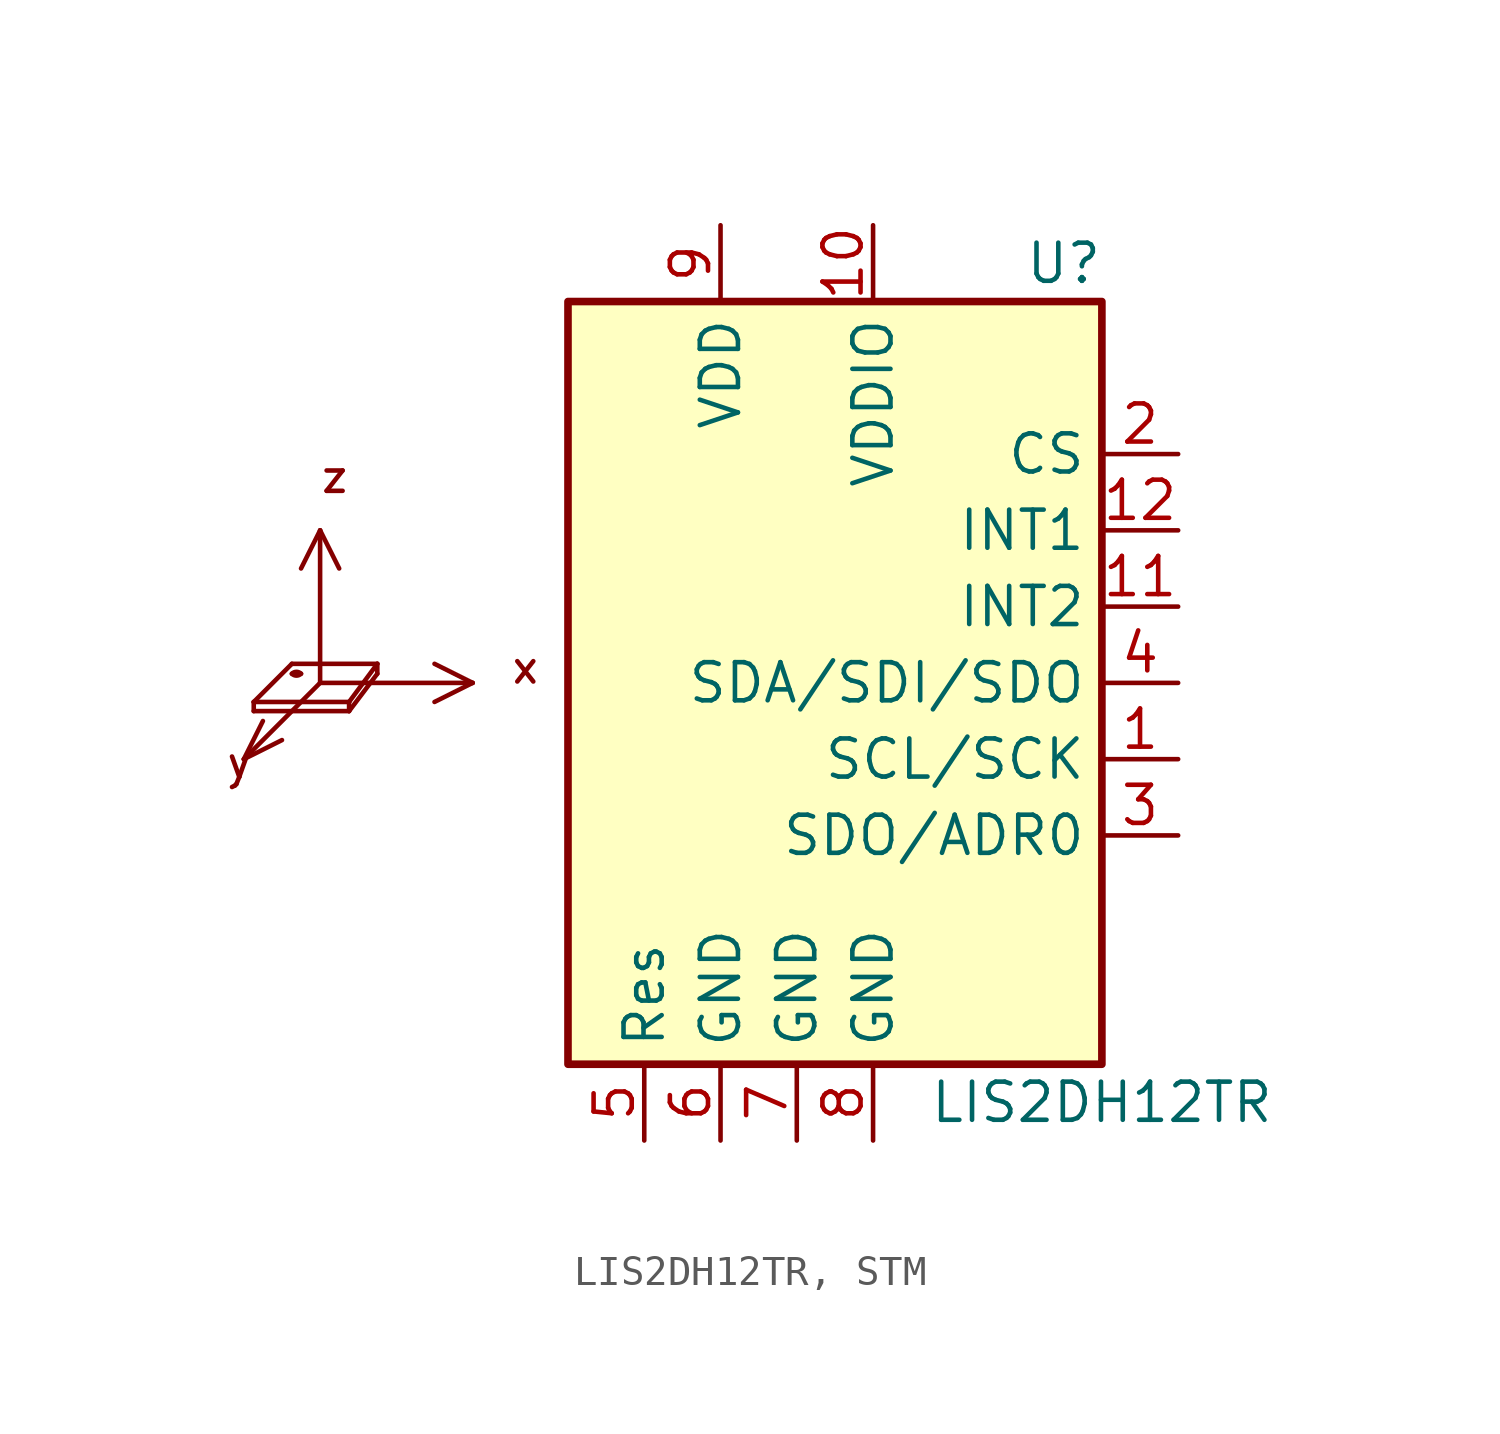
<source format=kicad_sym>
(kicad_symbol_lib
  (version 20241209)
  (generator "kicad_symbol_editor")
  (generator_version "9.0")
  (symbol "LIS2DH12TR, STM"
    (property "Reference" "U"
      (at 6.35 13.97 0)
      (effects (font (size 1.27 1.27))))
    (property "Value" "LIS2DH12TR"
      (at 7.62 -13.97 0)
      (effects (font (size 1.27 1.27))))
    (symbol "LIS2DH12TR, STM_0_1"
      (rectangle (start -10.16 12.7) (end 7.62 -12.7) (stroke (width 0.254) (type default)) (fill (type background))))
    (symbol "LIS2DH12TR, STM_1_0"
      (polyline (pts (xy -20.955 -2.54) (xy -20.32 -1.27)) (stroke (width 0) (type default)) (fill (type none)))
      (polyline (pts (xy -20.955 -2.54) (xy -19.685 -1.905)) (stroke (width 0) (type default)) (fill (type none)))
      (polyline (pts (xy -20.625 -0.635) (xy -19.355 0.635)) (stroke (width 0) (type default)) (fill (type none)))
      (polyline (pts (xy -20.625 -0.94) (xy -20.625 -0.635)) (stroke (width 0) (type default)) (fill (type none)))
      (polyline (pts (xy -19.355 0.635) (xy -16.51 0.635)) (stroke (width 0) (type default)) (fill (type none)))
      (polyline (pts (xy -18.415 5.08) (xy -19.05 3.81)) (stroke (width 0) (type default)) (fill (type none)))
      (polyline (pts (xy -18.415 5.08) (xy -18.415 0)) (stroke (width 0) (type default)) (fill (type none)))
      (polyline (pts (xy -18.415 5.08) (xy -17.78 3.81)) (stroke (width 0) (type default)) (fill (type none)))
      (polyline (pts (xy -18.415 0) (xy -20.955 -2.54)) (stroke (width 0) (type default)) (fill (type none)))
      (polyline (pts (xy -18.415 0) (xy -13.335 0)) (stroke (width 0) (type default)) (fill (type none)))
      (polyline (pts (xy -17.45 -0.635) (xy -20.625 -0.635)) (stroke (width 0) (type default)) (fill (type none)))
      (polyline (pts (xy -17.45 -0.635) (xy -17.45 -0.94)) (stroke (width 0) (type default)) (fill (type none)))
      (polyline (pts (xy -17.45 -0.94) (xy -20.625 -0.94)) (stroke (width 0) (type default)) (fill (type none)))
      (polyline (pts (xy -17.45 -0.94) (xy -16.51 0.305)) (stroke (width 0) (type default)) (fill (type none)))
      (polyline (pts (xy -16.51 0.635) (xy -17.45 -0.635)) (stroke (width 0) (type default)) (fill (type none)))
      (polyline (pts (xy -16.51 0.305) (xy -16.51 0.635)) (stroke (width 0) (type default)) (fill (type none)))
      (polyline (pts (xy -13.335 0) (xy -14.605 0.635)) (stroke (width 0) (type default)) (fill (type none)))
      (polyline (pts (xy -13.335 0) (xy -14.605 -0.635)) (stroke (width 0) (type default)) (fill (type none)))
      (text "y" (at -21.107 -2.667 0) (effects (font (size 1.016 1.016))))
      (text "z" (at -17.932 6.858 0) (effects (font (size 1.016 1.016))))
      (text "x" (at -11.582 0.508 0) (effects (font (size 1.016 1.016)))))
    (symbol "LIS2DH12TR, STM_1_1"
      (arc (start -19.05 0.3048) (mid -19.2024 0.2417) (end -19.3548 0.3048) (stroke (width 0) (type default)) (fill (type none)))
      (arc (start -19.3548 0.3048) (mid -19.2024 0.3679) (end -19.05 0.3048) (stroke (width 0) (type default)) (fill (type none)))
      (pin passive line (at -7.62 -15.24 90) (length 2.54) (name "Res" (effects (font (size 1.27 1.27)))) (number "5" (effects (font (size 1.27 1.27)))))
      (pin power_in line (at -5.08 15.24 270) (length 2.54) (name "VDD" (effects (font (size 1.27 1.27)))) (number "9" (effects (font (size 1.27 1.27)))))
      (pin power_in line (at -5.08 -15.24 90) (length 2.54) (name "GND" (effects (font (size 1.27 1.27)))) (number "6" (effects (font (size 1.27 1.27)))))
      (pin power_in line (at -2.54 -15.24 90) (length 2.54) (name "GND" (effects (font (size 1.27 1.27)))) (number "7" (effects (font (size 1.27 1.27)))))
      (pin power_in line (at 0 15.24 270) (length 2.54) (name "VDDIO" (effects (font (size 1.27 1.27)))) (number "10" (effects (font (size 1.27 1.27)))))
      (pin power_in line (at 0 -15.24 90) (length 2.54) (name "GND" (effects (font (size 1.27 1.27)))) (number "8" (effects (font (size 1.27 1.27)))))
      (pin input line (at 10.16 7.62 180) (length 2.54) (name "CS" (effects (font (size 1.27 1.27)))) (number "2" (effects (font (size 1.27 1.27)))))
      (pin output line (at 10.16 5.08 180) (length 2.54) (name "INT1" (effects (font (size 1.27 1.27)))) (number "12" (effects (font (size 1.27 1.27)))))
      (pin output line (at 10.16 2.54 180) (length 2.54) (name "INT2" (effects (font (size 1.27 1.27)))) (number "11" (effects (font (size 1.27 1.27)))))
      (pin bidirectional line (at 10.16 0 180) (length 2.54) (name "SDA/SDI/SDO" (effects (font (size 1.27 1.27)))) (number "4" (effects (font (size 1.27 1.27)))) (alternate "SDA" bidirectional line) (alternate "SDI" input line) (alternate "SDO" output line))
      (pin input line (at 10.16 -2.54 180) (length 2.54) (name "SCL/SCK" (effects (font (size 1.27 1.27)))) (number "1" (effects (font (size 1.27 1.27)))) (alternate "SCK" input line) (alternate "SCL" input line))
      (pin bidirectional line (at 10.16 -5.08 180) (length 2.54) (name "SDO/ADR0" (effects (font (size 1.27 1.27)))) (number "3" (effects (font (size 1.27 1.27)))) (alternate "ADR0" bidirectional line) (alternate "SDO" output line)))))
</source>
